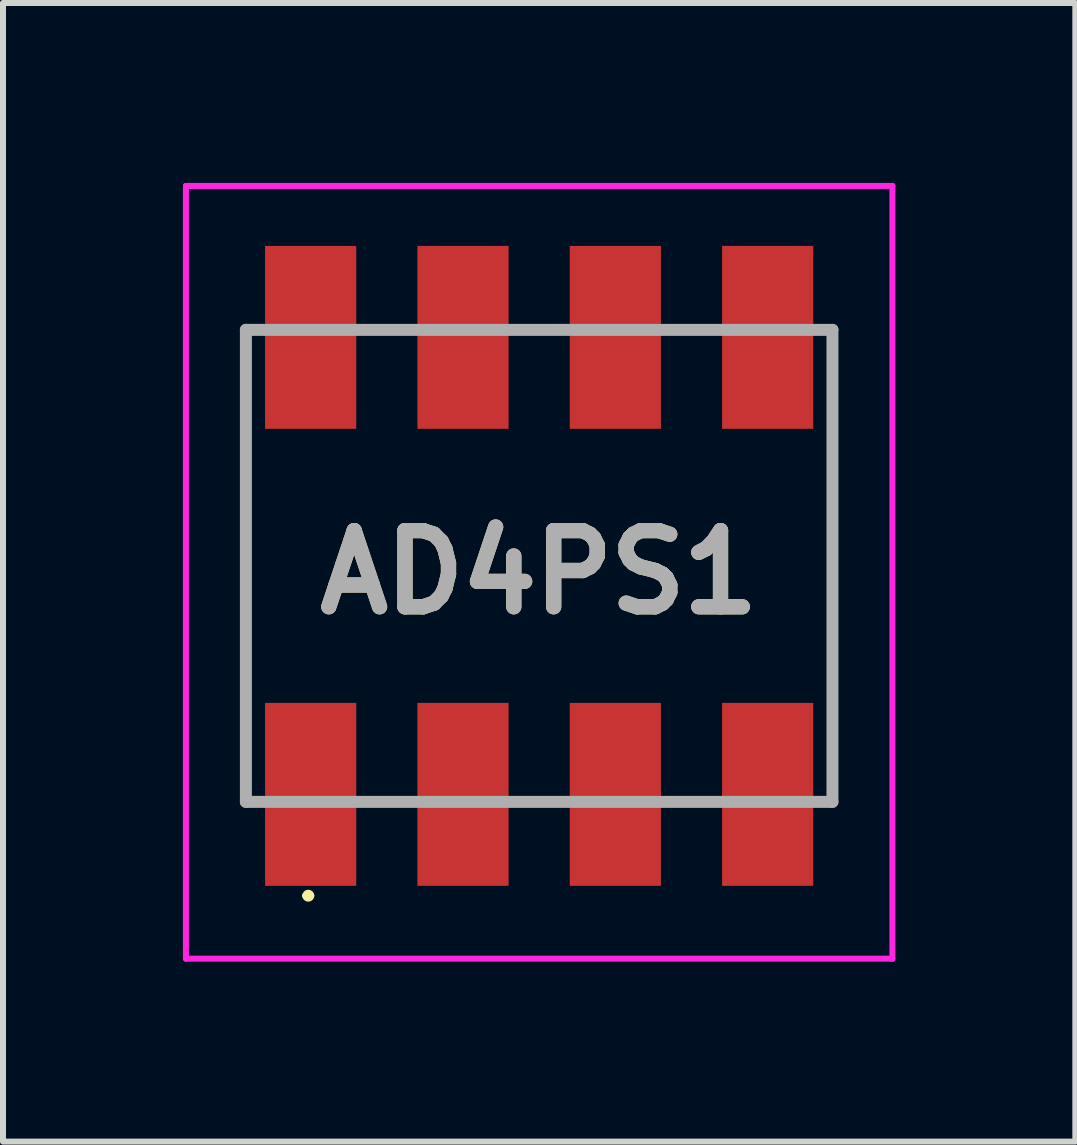
<source format=kicad_pcb>
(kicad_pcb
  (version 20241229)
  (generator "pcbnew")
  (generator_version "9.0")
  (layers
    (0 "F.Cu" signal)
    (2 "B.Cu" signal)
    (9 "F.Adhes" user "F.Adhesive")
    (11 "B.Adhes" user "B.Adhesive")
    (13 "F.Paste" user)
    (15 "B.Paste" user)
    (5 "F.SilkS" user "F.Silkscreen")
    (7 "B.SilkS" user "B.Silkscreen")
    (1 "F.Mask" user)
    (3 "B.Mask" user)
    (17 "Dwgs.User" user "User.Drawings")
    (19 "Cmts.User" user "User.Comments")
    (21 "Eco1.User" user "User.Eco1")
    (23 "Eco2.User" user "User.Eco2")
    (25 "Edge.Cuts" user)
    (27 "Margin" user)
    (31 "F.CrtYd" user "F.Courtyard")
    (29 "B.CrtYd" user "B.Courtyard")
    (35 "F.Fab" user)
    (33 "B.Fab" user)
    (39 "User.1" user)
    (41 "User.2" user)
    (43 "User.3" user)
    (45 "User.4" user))
  (footprint "AD4PS1"
    (layer "F.Cu")
    (at 5.94 6.385)
    (property "Reference" "AD4PS1" (at 0 0.108 0) (layer "F.SilkS") (effects (font (size 1.27 1.27) (thickness 0.254))))
    (attr smd)
    (fp_line (start -4.89 -3.935) (end -4.89 3.81) (stroke (width 0.1) (type solid)) (layer "F.SilkS"))
    (fp_line (start -3.9 5.5) (end -3.9 5.5) (stroke (width 0.1) (type solid)) (layer "F.SilkS"))
    (fp_line (start -3.8 5.5) (end -3.8 5.5) (stroke (width 0.1) (type solid)) (layer "F.SilkS"))
    (fp_line (start 4.89 -3.935) (end 4.89 3.935) (stroke (width 0.1) (type solid)) (layer "F.SilkS"))
    (fp_arc (start -3.9 5.5) (mid -3.85 5.45) (end -3.8 5.5) (stroke (width 0.1) (type solid)) (layer "F.SilkS"))
    (fp_arc (start -3.8 5.5) (mid -3.85 5.55) (end -3.9 5.5) (stroke (width 0.1) (type solid)) (layer "F.SilkS"))
    (fp_line (start -5.89 -6.335) (end 5.89 -6.335) (stroke (width 0.1) (type solid)) (layer "F.CrtYd"))
    (fp_line (start -5.89 6.55) (end -5.89 -6.335) (stroke (width 0.1) (type solid)) (layer "F.CrtYd"))
    (fp_line (start 5.89 -6.335) (end 5.89 6.55) (stroke (width 0.1) (type solid)) (layer "F.CrtYd"))
    (fp_line (start 5.89 6.55) (end -5.89 6.55) (stroke (width 0.1) (type solid)) (layer "F.CrtYd"))
    (fp_line (start -4.89 -3.935) (end 4.89 -3.935) (stroke (width 0.2) (type solid)) (layer "F.Fab"))
    (fp_line (start -4.89 3.935) (end -4.89 -3.935) (stroke (width 0.2) (type solid)) (layer "F.Fab"))
    (fp_line (start 4.89 -3.935) (end 4.89 3.935) (stroke (width 0.2) (type solid)) (layer "F.Fab"))
    (fp_line (start 4.89 3.935) (end -4.89 3.935) (stroke (width 0.2) (type solid)) (layer "F.Fab"))
    (fp_text user "${REFERENCE}" (at 0 0.108 0) (layer "F.Fab") (effects (font (size 1.27 1.27) (thickness 0.254))))
    (pad "1" smd rect (at -3.81 3.81) (size 1.52 3.05) (layers "F.Cu" "F.Mask" "F.Paste"))
    (pad "2" smd rect (at -1.27 3.81) (size 1.52 3.05) (layers "F.Cu" "F.Mask" "F.Paste"))
    (pad "3" smd rect (at 1.27 3.81) (size 1.52 3.05) (layers "F.Cu" "F.Mask" "F.Paste"))
    (pad "4" smd rect (at 3.81 3.81) (size 1.52 3.05) (layers "F.Cu" "F.Mask" "F.Paste"))
    (pad "5" smd rect (at 3.81 -3.81) (size 1.52 3.05) (layers "F.Cu" "F.Mask" "F.Paste"))
    (pad "6" smd rect (at 1.27 -3.81) (size 1.52 3.05) (layers "F.Cu" "F.Mask" "F.Paste"))
    (pad "7" smd rect (at -1.27 -3.81) (size 1.52 3.05) (layers "F.Cu" "F.Mask" "F.Paste"))
    (pad "8" smd rect (at -3.81 -3.81) (size 1.52 3.05) (layers "F.Cu" "F.Mask" "F.Paste")))
  (gr_rect
    (start -3 -3)
    (end 14.88 15.985)
    (stroke (width 0.1) (type default))
    (fill no)
    (layer "Edge.Cuts")))
</source>
